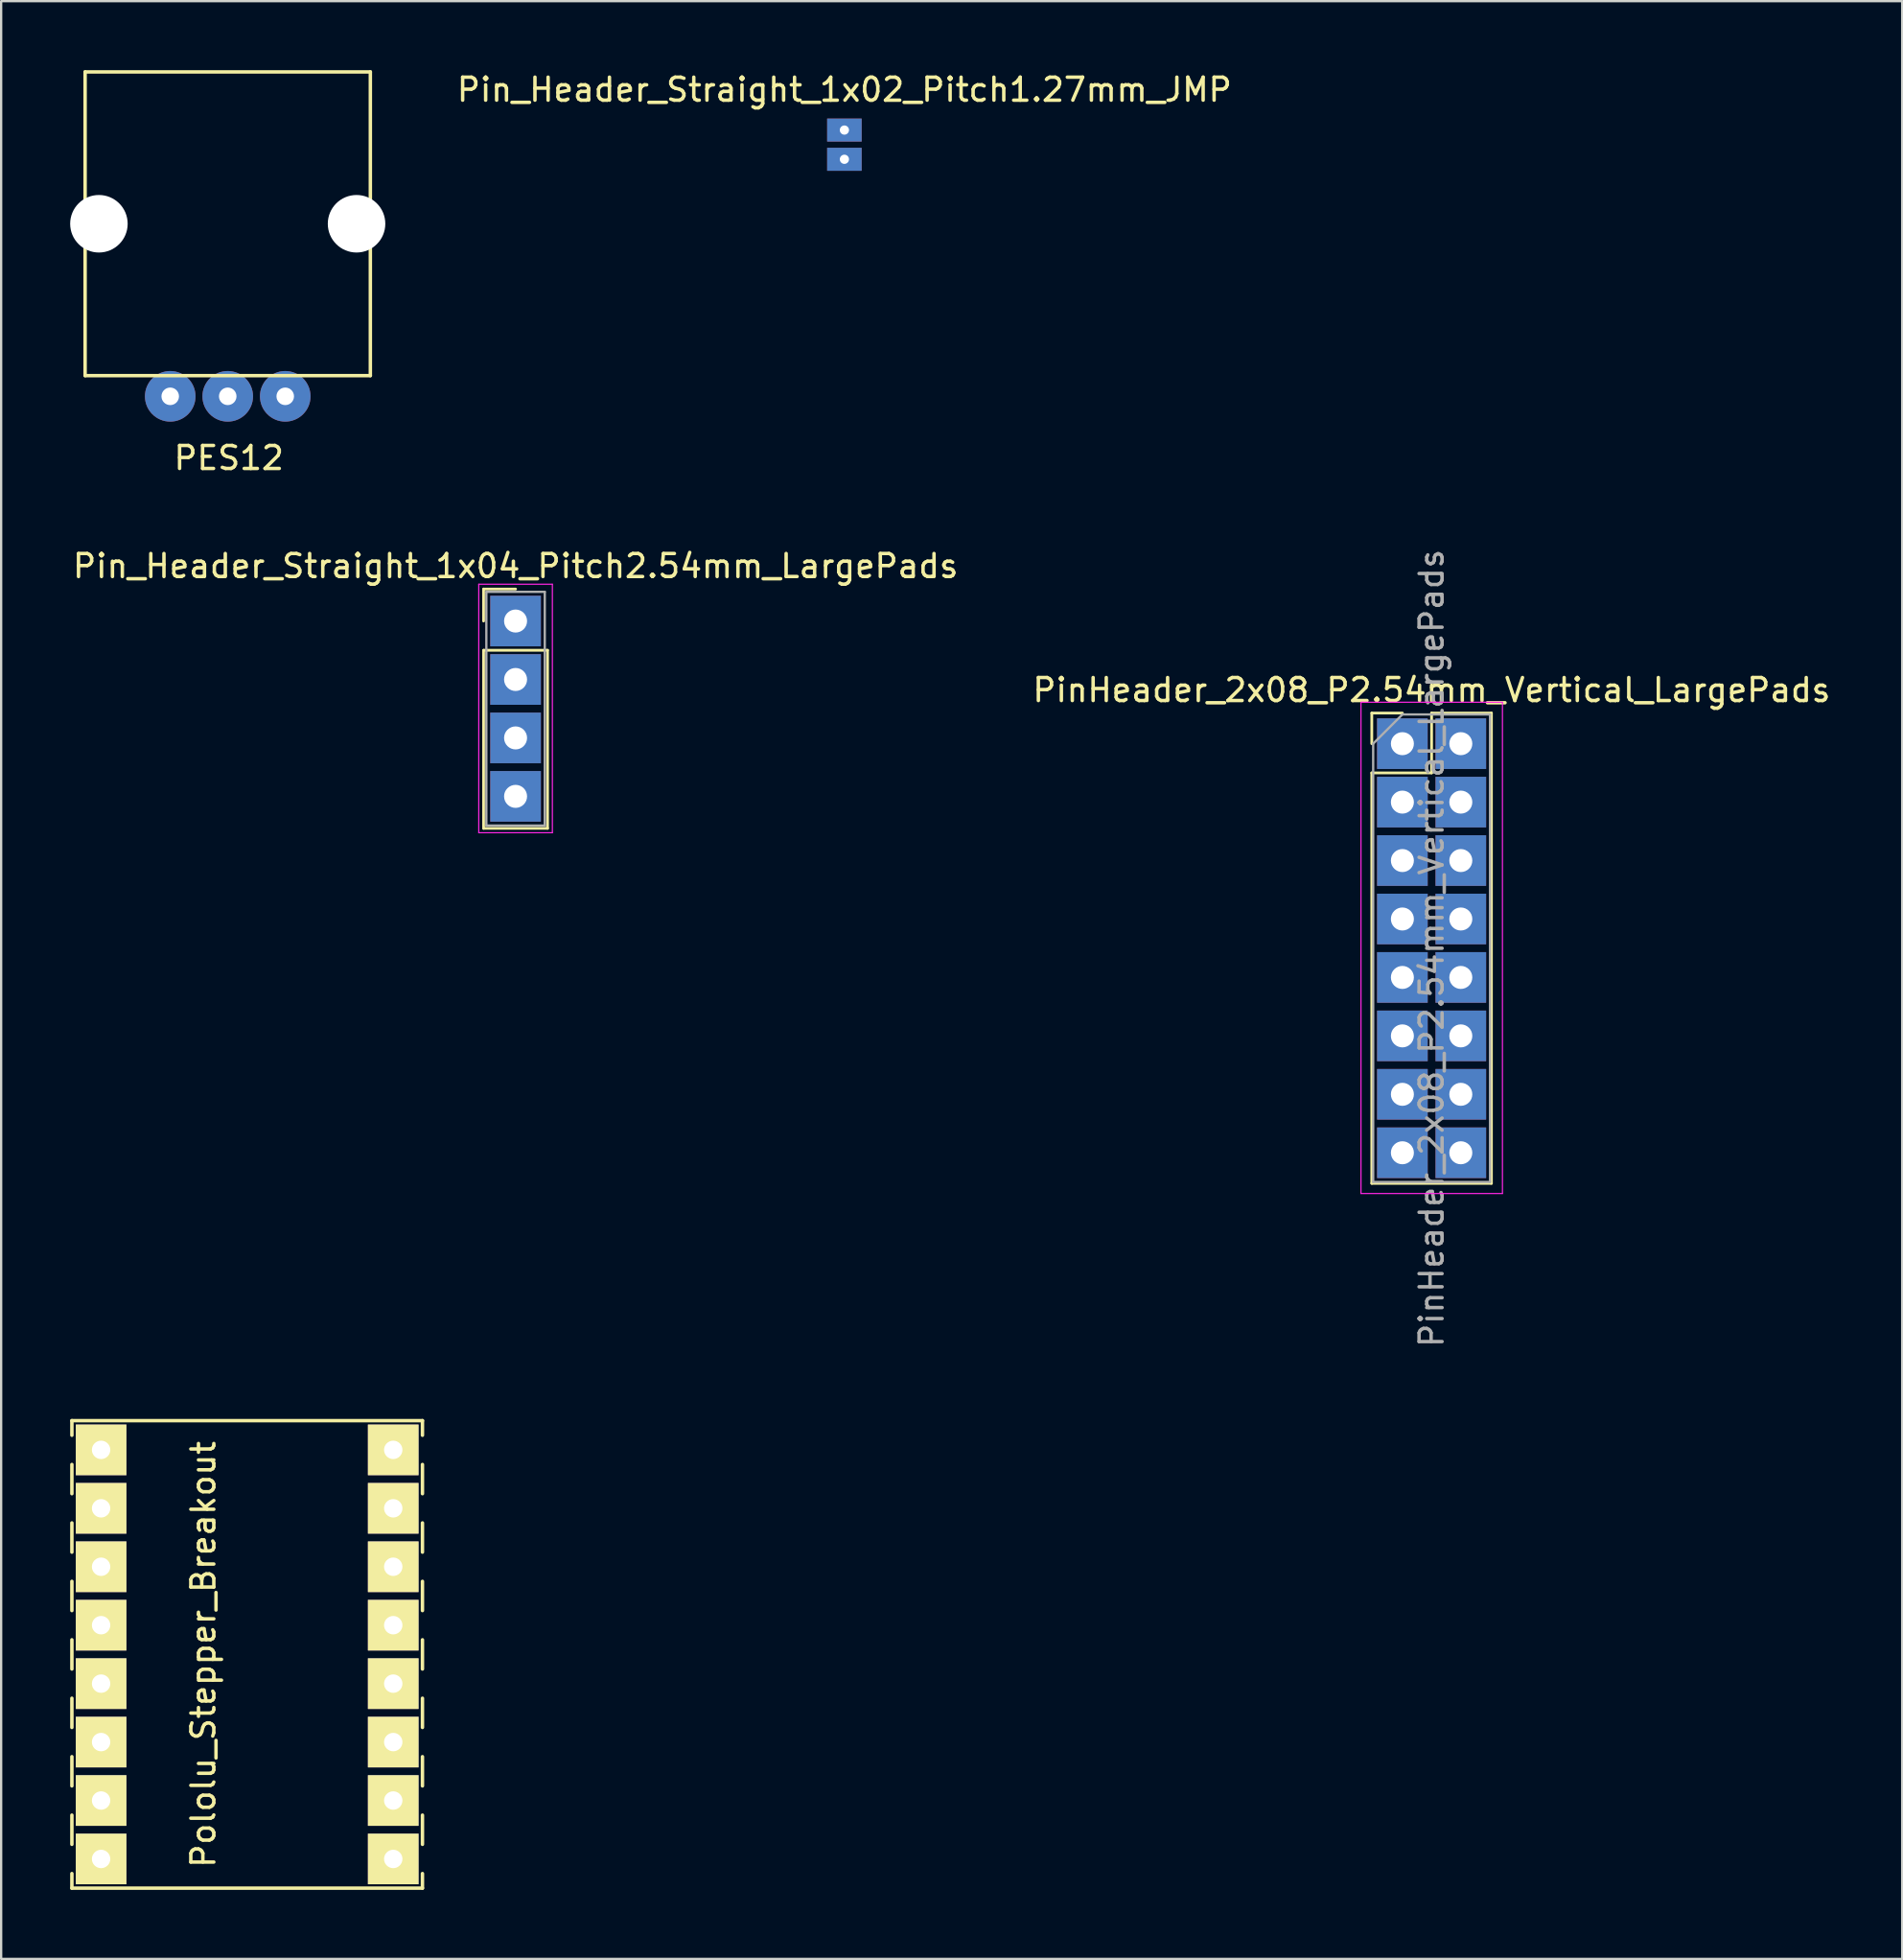
<source format=kicad_pcb>
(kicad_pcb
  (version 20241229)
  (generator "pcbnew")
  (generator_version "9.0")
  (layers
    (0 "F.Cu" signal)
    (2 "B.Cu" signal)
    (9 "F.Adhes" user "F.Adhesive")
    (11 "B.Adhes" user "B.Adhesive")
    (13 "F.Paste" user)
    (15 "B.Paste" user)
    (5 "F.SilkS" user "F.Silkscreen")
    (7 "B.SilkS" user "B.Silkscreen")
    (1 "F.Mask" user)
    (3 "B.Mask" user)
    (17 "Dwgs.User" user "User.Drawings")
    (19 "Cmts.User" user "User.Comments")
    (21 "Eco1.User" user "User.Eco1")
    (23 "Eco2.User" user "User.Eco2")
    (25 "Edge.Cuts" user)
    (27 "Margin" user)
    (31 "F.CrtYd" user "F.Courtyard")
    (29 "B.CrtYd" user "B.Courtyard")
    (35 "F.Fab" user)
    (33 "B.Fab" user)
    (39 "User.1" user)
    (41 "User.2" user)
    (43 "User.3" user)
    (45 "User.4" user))
  (footprint "Pin_Header_Straight_1x04_Pitch2.54mm_LargePads"
    (layer "F.Cu")
    (at 19.363 23.942)
    (property "Reference" "Pin_Header_Straight_1x04_Pitch2.54mm_LargePads" (at 0 -2.39 0) (layer "F.SilkS") (effects (font (size 1 1) (thickness 0.15))))
    (attr through_hole)
    (fp_line (start -1.39 -1.39) (end 0 -1.39) (stroke (width 0.12) (type solid)) (layer "F.SilkS"))
    (fp_line (start -1.39 0) (end -1.39 -1.39) (stroke (width 0.12) (type solid)) (layer "F.SilkS"))
    (fp_line (start -1.39 1.27) (end -1.39 9.01) (stroke (width 0.12) (type solid)) (layer "F.SilkS"))
    (fp_line (start -1.39 9.01) (end 1.39 9.01) (stroke (width 0.12) (type solid)) (layer "F.SilkS"))
    (fp_line (start 1.39 1.27) (end -1.39 1.27) (stroke (width 0.12) (type solid)) (layer "F.SilkS"))
    (fp_line (start 1.39 9.01) (end 1.39 1.27) (stroke (width 0.12) (type solid)) (layer "F.SilkS"))
    (fp_line (start -1.6 -1.6) (end -1.6 9.2) (stroke (width 0.05) (type solid)) (layer "F.CrtYd"))
    (fp_line (start -1.6 9.2) (end 1.6 9.2) (stroke (width 0.05) (type solid)) (layer "F.CrtYd"))
    (fp_line (start 1.6 -1.6) (end -1.6 -1.6) (stroke (width 0.05) (type solid)) (layer "F.CrtYd"))
    (fp_line (start 1.6 9.2) (end 1.6 -1.6) (stroke (width 0.05) (type solid)) (layer "F.CrtYd"))
    (fp_line (start -1.27 -1.27) (end -1.27 8.89) (stroke (width 0.1) (type solid)) (layer "F.Fab"))
    (fp_line (start -1.27 8.89) (end 1.27 8.89) (stroke (width 0.1) (type solid)) (layer "F.Fab"))
    (fp_line (start 1.27 -1.27) (end -1.27 -1.27) (stroke (width 0.1) (type solid)) (layer "F.Fab"))
    (fp_line (start 1.27 8.89) (end 1.27 -1.27) (stroke (width 0.1) (type solid)) (layer "F.Fab"))
    (pad "1" thru_hole rect (at 0 0) (size 2.2 2.2) (drill 1) (layers "*.Cu" "*.Mask"))
    (pad "2" thru_hole rect (at 0 2.54) (size 2.2 2.2) (drill 1) (layers "*.Cu" "*.Mask"))
    (pad "3" thru_hole rect (at 0 5.08) (size 2.2 2.2) (drill 1) (layers "*.Cu" "*.Mask"))
    (pad "4" thru_hole rect (at 0 7.62) (size 2.2 2.2) (drill 1) (layers "*.Cu" "*.Mask")))
  (footprint "Pin_Header_Straight_1x02_Pitch1.27mm_JMP"
    (layer "F.Cu")
    (at 33.658 2.603)
    (property "Reference" "Pin_Header_Straight_1x02_Pitch1.27mm_JMP" (at 0 -1.755 0) (layer "F.SilkS") (effects (font (size 1 1) (thickness 0.15))))
    (attr through_hole)
    (pad "1" thru_hole rect (at 0 0) (size 1.5 1) (drill 0.4) (layers "*.Cu" "*.Mask"))
    (pad "2" thru_hole rect (at 0 1.27) (size 1.5 1) (drill 0.4) (layers "*.Cu" "*.Mask")))
  (footprint "PES12"
    (layer "F.Cu")
    (at 6.85 6.675)
    (property "Reference" "PES12" (at 0.05 10.18 0) (layer "F.SilkS") (effects (font (size 1 1) (thickness 0.15))))
    (attr through_hole)
    (fp_line (start -6.2 -6.6) (end 6.2 -6.6) (stroke (width 0.15) (type solid)) (layer "F.SilkS"))
    (fp_line (start -6.2 6.6) (end -6.2 -6.6) (stroke (width 0.15) (type solid)) (layer "F.SilkS"))
    (fp_line (start -6.2 6.6) (end 6.2 6.6) (stroke (width 0.15) (type solid)) (layer "F.SilkS"))
    (fp_line (start 6.2 -6.6) (end 6.2 6.6) (stroke (width 0.15) (type solid)) (layer "F.SilkS"))
    (pad "" np_thru_hole circle (at -5.6 0) (size 2.5 2.5) (drill 2.5) (layers "*.Cu" "*.Mask"))
    (pad "" np_thru_hole circle (at 5.6 0) (size 2.5 2.5) (drill 2.5) (layers "*.Cu" "*.Mask"))
    (pad "A" thru_hole circle (at -2.5 7.5) (size 2.2 2.2) (drill 0.762) (layers "*.Cu" "*.Mask"))
    (pad "B" thru_hole circle (at 2.5 7.5) (size 2.2 2.2) (drill 0.762) (layers "*.Cu" "*.Mask"))
    (pad "C" thru_hole circle (at 0 7.5) (size 2.2 2.2) (drill 0.762) (layers "*.Cu" "*.Mask")))
  (footprint "Pololu_Stepper_Breakout"
    (layer "F.Cu")
    (at 7.695 68.855)
    (property "Reference" "Pololu_Stepper_Breakout" (at -1.905 0 90) (layer "F.SilkS") (effects (font (size 1 1) (thickness 0.15))))
    (attr through_hole)
    (fp_line (start -7.62 -10.16) (end -7.62 -9.525) (stroke (width 0.15) (type solid)) (layer "F.SilkS"))
    (fp_line (start -7.62 -10.16) (end 7.62 -10.16) (stroke (width 0.15) (type solid)) (layer "F.SilkS"))
    (fp_line (start -7.62 -8.255) (end -7.62 -6.985) (stroke (width 0.15) (type solid)) (layer "F.SilkS"))
    (fp_line (start -7.62 -5.715) (end -7.62 -4.445) (stroke (width 0.15) (type solid)) (layer "F.SilkS"))
    (fp_line (start -7.62 -3.175) (end -7.62 -1.905) (stroke (width 0.15) (type solid)) (layer "F.SilkS"))
    (fp_line (start -7.62 -0.635) (end -7.62 0.635) (stroke (width 0.15) (type solid)) (layer "F.SilkS"))
    (fp_line (start -7.62 1.905) (end -7.62 3.175) (stroke (width 0.15) (type solid)) (layer "F.SilkS"))
    (fp_line (start -7.62 4.445) (end -7.62 5.715) (stroke (width 0.15) (type solid)) (layer "F.SilkS"))
    (fp_line (start -7.62 6.985) (end -7.62 8.255) (stroke (width 0.15) (type solid)) (layer "F.SilkS"))
    (fp_line (start -7.62 10.16) (end -7.62 9.525) (stroke (width 0.15) (type solid)) (layer "F.SilkS"))
    (fp_line (start -7.62 10.16) (end 7.62 10.16) (stroke (width 0.15) (type solid)) (layer "F.SilkS"))
    (fp_line (start 7.62 -10.16) (end 7.62 -9.525) (stroke (width 0.15) (type solid)) (layer "F.SilkS"))
    (fp_line (start 7.62 -6.985) (end 7.62 -8.255) (stroke (width 0.15) (type solid)) (layer "F.SilkS"))
    (fp_line (start 7.62 -4.445) (end 7.62 -5.715) (stroke (width 0.15) (type solid)) (layer "F.SilkS"))
    (fp_line (start 7.62 -1.905) (end 7.62 -3.175) (stroke (width 0.15) (type solid)) (layer "F.SilkS"))
    (fp_line (start 7.62 0.635) (end 7.62 -0.635) (stroke (width 0.15) (type solid)) (layer "F.SilkS"))
    (fp_line (start 7.62 3.175) (end 7.62 1.905) (stroke (width 0.15) (type solid)) (layer "F.SilkS"))
    (fp_line (start 7.62 5.715) (end 7.62 4.445) (stroke (width 0.15) (type solid)) (layer "F.SilkS"))
    (fp_line (start 7.62 8.255) (end 7.62 6.985) (stroke (width 0.15) (type solid)) (layer "F.SilkS"))
    (fp_line (start 7.62 10.16) (end 7.62 9.525) (stroke (width 0.15) (type solid)) (layer "F.SilkS"))
    (pad "1" thru_hole rect (at -6.35 -8.89) (size 2.2 2.2) (drill 0.8) (layers "*.Cu" "*.Mask" "F.SilkS"))
    (pad "2" thru_hole rect (at -6.35 -6.35) (size 2.2 2.2) (drill 0.8) (layers "*.Cu" "*.Mask" "F.SilkS"))
    (pad "3" thru_hole rect (at -6.35 -3.81) (size 2.2 2.2) (drill 0.8) (layers "*.Cu" "*.Mask" "F.SilkS"))
    (pad "4" thru_hole rect (at -6.35 -1.27) (size 2.2 2.2) (drill 0.8) (layers "*.Cu" "*.Mask" "F.SilkS"))
    (pad "5" thru_hole rect (at -6.35 1.27) (size 2.2 2.2) (drill 0.8) (layers "*.Cu" "*.Mask" "F.SilkS"))
    (pad "6" thru_hole rect (at -6.35 3.81) (size 2.2 2.2) (drill 0.8) (layers "*.Cu" "*.Mask" "F.SilkS"))
    (pad "7" thru_hole rect (at -6.35 6.35) (size 2.2 2.2) (drill 0.8) (layers "*.Cu" "*.Mask" "F.SilkS"))
    (pad "8" thru_hole rect (at -6.35 8.89) (size 2.2 2.2) (drill 0.8) (layers "*.Cu" "*.Mask" "F.SilkS"))
    (pad "9" thru_hole rect (at 6.35 8.89) (size 2.2 2.2) (drill 0.8) (layers "*.Cu" "*.Mask" "F.SilkS"))
    (pad "10" thru_hole rect (at 6.35 6.35) (size 2.2 2.2) (drill 0.8) (layers "*.Cu" "*.Mask" "F.SilkS"))
    (pad "11" thru_hole rect (at 6.35 3.81) (size 2.2 2.2) (drill 0.8) (layers "*.Cu" "*.Mask" "F.SilkS"))
    (pad "12" thru_hole rect (at 6.35 1.27) (size 2.2 2.2) (drill 0.8) (layers "*.Cu" "*.Mask" "F.SilkS"))
    (pad "13" thru_hole rect (at 6.35 -1.27) (size 2.2 2.2) (drill 0.8) (layers "*.Cu" "*.Mask" "F.SilkS"))
    (pad "14" thru_hole rect (at 6.35 -3.81) (size 2.2 2.2) (drill 0.8) (layers "*.Cu" "*.Mask" "F.SilkS"))
    (pad "15" thru_hole rect (at 6.35 -6.35) (size 2.2 2.2) (drill 0.8) (layers "*.Cu" "*.Mask" "F.SilkS"))
    (pad "16" thru_hole rect (at 6.35 -8.89) (size 2.2 2.2) (drill 0.8) (layers "*.Cu" "*.Mask" "F.SilkS")))
  (footprint "PinHeader_2x08_P2.54mm_Vertical_LargePads"
    (layer "F.Cu")
    (at 57.915 29.272)
    (property "Reference" "PinHeader_2x08_P2.54mm_Vertical_LargePads" (at 1.27 -2.33 0) (layer "F.SilkS") (effects (font (size 1 1) (thickness 0.15))))
    (attr through_hole)
    (fp_line (start -1.33 -1.33) (end 0 -1.33) (stroke (width 0.12) (type solid)) (layer "F.SilkS"))
    (fp_line (start -1.33 0) (end -1.33 -1.33) (stroke (width 0.12) (type solid)) (layer "F.SilkS"))
    (fp_line (start -1.33 1.27) (end -1.33 19.11) (stroke (width 0.12) (type solid)) (layer "F.SilkS"))
    (fp_line (start -1.33 1.27) (end 1.27 1.27) (stroke (width 0.12) (type solid)) (layer "F.SilkS"))
    (fp_line (start -1.33 19.11) (end 3.87 19.11) (stroke (width 0.12) (type solid)) (layer "F.SilkS"))
    (fp_line (start 1.27 -1.33) (end 3.87 -1.33) (stroke (width 0.12) (type solid)) (layer "F.SilkS"))
    (fp_line (start 1.27 1.27) (end 1.27 -1.33) (stroke (width 0.12) (type solid)) (layer "F.SilkS"))
    (fp_line (start 3.87 -1.33) (end 3.87 19.11) (stroke (width 0.12) (type solid)) (layer "F.SilkS"))
    (fp_line (start -1.8 -1.8) (end -1.8 19.55) (stroke (width 0.05) (type solid)) (layer "F.CrtYd"))
    (fp_line (start -1.8 19.55) (end 4.35 19.55) (stroke (width 0.05) (type solid)) (layer "F.CrtYd"))
    (fp_line (start 4.35 -1.8) (end -1.8 -1.8) (stroke (width 0.05) (type solid)) (layer "F.CrtYd"))
    (fp_line (start 4.35 19.55) (end 4.35 -1.8) (stroke (width 0.05) (type solid)) (layer "F.CrtYd"))
    (fp_line (start -1.27 0) (end 0 -1.27) (stroke (width 0.1) (type solid)) (layer "F.Fab"))
    (fp_line (start -1.27 19.05) (end -1.27 0) (stroke (width 0.1) (type solid)) (layer "F.Fab"))
    (fp_line (start 0 -1.27) (end 3.81 -1.27) (stroke (width 0.1) (type solid)) (layer "F.Fab"))
    (fp_line (start 3.81 -1.27) (end 3.81 19.05) (stroke (width 0.1) (type solid)) (layer "F.Fab"))
    (fp_line (start 3.81 19.05) (end -1.27 19.05) (stroke (width 0.1) (type solid)) (layer "F.Fab"))
    (fp_text user "${REFERENCE}" (at 1.27 8.89 90) (layer "F.Fab") (effects (font (size 1 1) (thickness 0.15))))
    (pad "1" thru_hole rect (at 0 0) (size 2.2 2.2) (drill 1) (layers "*.Cu" "*.Mask"))
    (pad "2" thru_hole rect (at 2.54 0) (size 2.2 2.2) (drill 1) (layers "*.Cu" "*.Mask"))
    (pad "3" thru_hole rect (at 0 2.54) (size 2.2 2.2) (drill 1) (layers "*.Cu" "*.Mask"))
    (pad "4" thru_hole rect (at 2.54 2.54) (size 2.2 2.2) (drill 1) (layers "*.Cu" "*.Mask"))
    (pad "5" thru_hole rect (at 0 5.08) (size 2.2 2.2) (drill 1) (layers "*.Cu" "*.Mask"))
    (pad "6" thru_hole rect (at 2.54 5.08) (size 2.2 2.2) (drill 1) (layers "*.Cu" "*.Mask"))
    (pad "7" thru_hole rect (at 0 7.62) (size 2.2 2.2) (drill 1) (layers "*.Cu" "*.Mask"))
    (pad "8" thru_hole rect (at 2.54 7.62) (size 2.2 2.2) (drill 1) (layers "*.Cu" "*.Mask"))
    (pad "9" thru_hole rect (at 0 10.16) (size 2.2 2.2) (drill 1) (layers "*.Cu" "*.Mask"))
    (pad "10" thru_hole rect (at 2.54 10.16) (size 2.2 2.2) (drill 1) (layers "*.Cu" "*.Mask"))
    (pad "11" thru_hole rect (at 0 12.7) (size 2.2 2.2) (drill 1) (layers "*.Cu" "*.Mask"))
    (pad "12" thru_hole rect (at 2.54 12.7) (size 2.2 2.2) (drill 1) (layers "*.Cu" "*.Mask"))
    (pad "13" thru_hole rect (at 0 15.24) (size 2.2 2.2) (drill 1) (layers "*.Cu" "*.Mask"))
    (pad "14" thru_hole rect (at 2.54 15.24) (size 2.2 2.2) (drill 1) (layers "*.Cu" "*.Mask"))
    (pad "15" thru_hole rect (at 0 17.78) (size 2.2 2.2) (drill 1) (layers "*.Cu" "*.Mask"))
    (pad "16" thru_hole rect (at 2.54 17.78) (size 2.2 2.2) (drill 1) (layers "*.Cu" "*.Mask")))
  (gr_rect
    (start -3 -3)
    (end 79.643 82.09)
    (stroke (width 0.1) (type default))
    (fill no)
    (layer "Edge.Cuts")))
</source>
